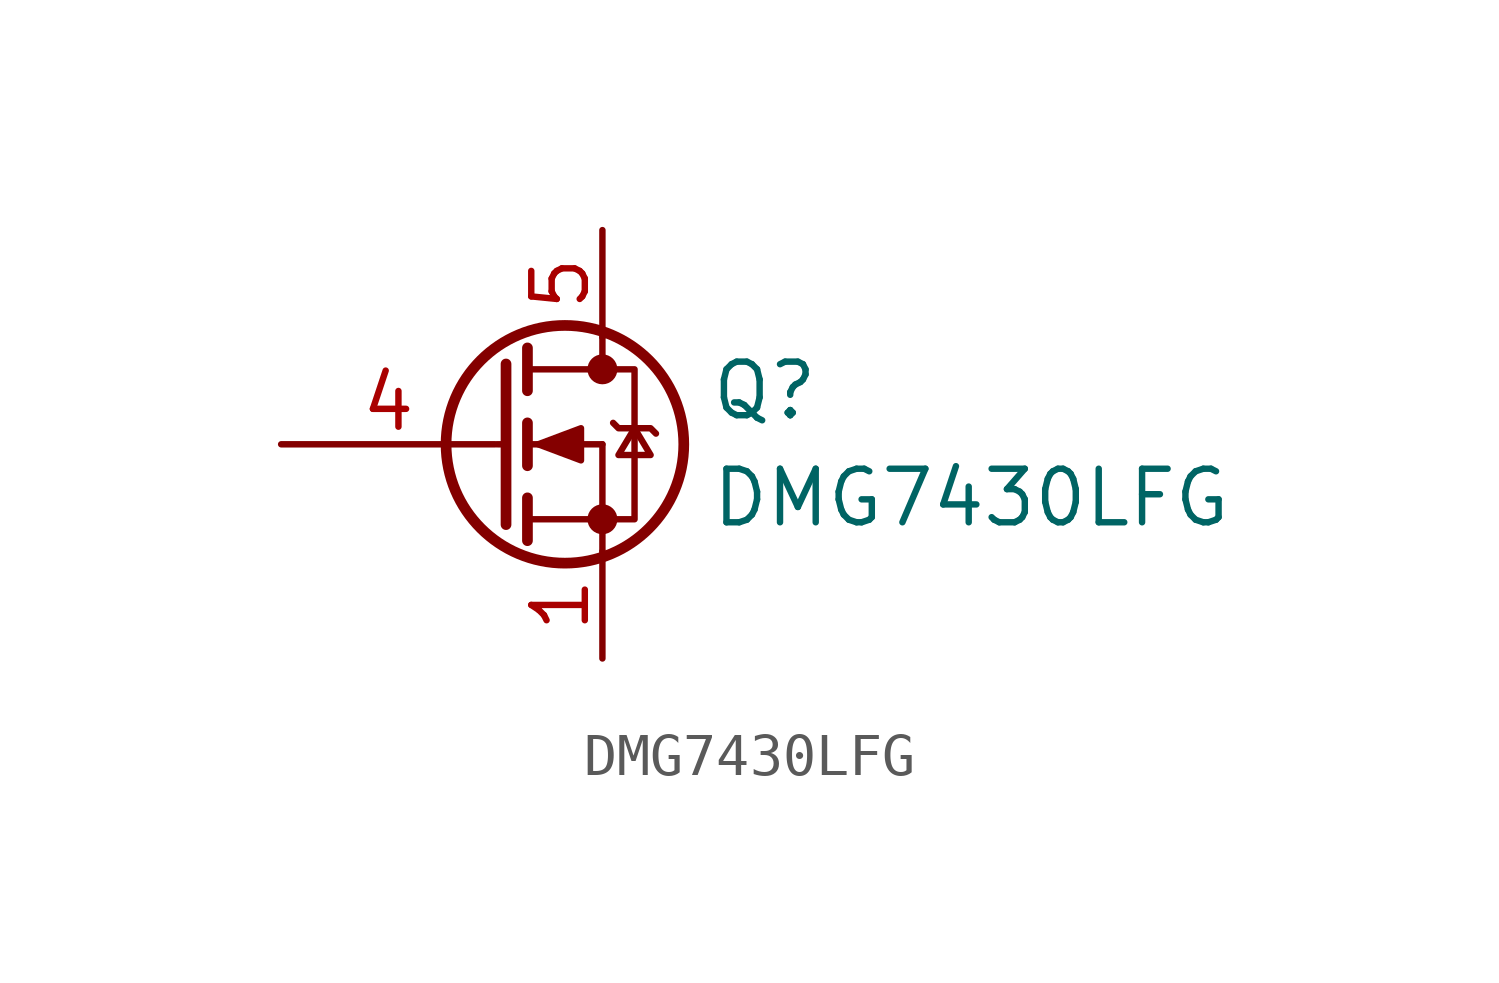
<source format=kicad_sym>
(kicad_symbol_lib
  (version 20211014)
  (generator kicad_symbol_editor)
  (symbol "DMG7430LFG"
    (pin_names
      (offset 0) hide)
    (property "Reference" "Q"
      (at 5.08 1.27 0)
      (effects (font (size 1.27 1.27)) (justify left)))
    (property "Value" "DMG7430LFG"
      (at 5.08 -1.27 0)
      (effects (font (size 1.27 1.27)) (justify left)))
    (symbol "DMG7430LFG_0_1"
      (polyline (pts (xy 0.051 0) (xy 0.254 0)) (stroke (width 0) (type default) (color 0 0 0 0)) (fill (type none)))
      (polyline (pts (xy 0.762 -1.778) (xy 2.54 -1.778)) (stroke (width 0) (type default) (color 0 0 0 0)) (fill (type none)))
      (polyline (pts (xy 0.762 -1.27) (xy 0.762 -2.286)) (stroke (width 0.254) (type default) (color 0 0 0 0)) (fill (type none)))
      (polyline (pts (xy 0.762 0) (xy 2.54 0)) (stroke (width 0) (type default) (color 0 0 0 0)) (fill (type none)))
      (polyline (pts (xy 0.762 0.508) (xy 0.762 -0.508)) (stroke (width 0.254) (type default) (color 0 0 0 0)) (fill (type none)))
      (polyline (pts (xy 0.762 1.778) (xy 2.54 1.778)) (stroke (width 0) (type default) (color 0 0 0 0)) (fill (type none)))
      (polyline (pts (xy 0.762 2.286) (xy 0.762 1.27)) (stroke (width 0.254) (type default) (color 0 0 0 0)) (fill (type none)))
      (polyline (pts (xy 2.54 -1.778) (xy 2.54 -2.54)) (stroke (width 0) (type default) (color 0 0 0 0)) (fill (type none)))
      (polyline (pts (xy 2.54 -1.778) (xy 2.54 0)) (stroke (width 0) (type default) (color 0 0 0 0)) (fill (type none)))
      (polyline (pts (xy 2.54 2.54) (xy 2.54 1.778)) (stroke (width 0) (type default) (color 0 0 0 0)) (fill (type none)))
      (polyline (pts (xy 0.254 1.905) (xy 0.254 -1.905) (xy 0.254 -1.905)) (stroke (width 0.254) (type default) (color 0 0 0 0)) (fill (type none)))
      (polyline (pts (xy 1.016 0) (xy 2.032 0.381) (xy 2.032 -0.381) (xy 1.016 0)) (stroke (width 0) (type default) (color 0 0 0 0)) (fill (type outline)))
      (polyline (pts (xy 2.54 -1.778) (xy 3.302 -1.778) (xy 3.302 1.778) (xy 2.54 1.778)) (stroke (width 0) (type default) (color 0 0 0 0)) (fill (type none)))
      (polyline (pts (xy 2.794 0.508) (xy 2.921 0.381) (xy 3.683 0.381) (xy 3.81 0.254)) (stroke (width 0) (type default) (color 0 0 0 0)) (fill (type none)))
      (polyline (pts (xy 3.302 0.381) (xy 2.921 -0.254) (xy 3.683 -0.254) (xy 3.302 0.381)) (stroke (width 0) (type default) (color 0 0 0 0)) (fill (type none)))
      (circle (center 1.651 0) (radius 2.819) (stroke (width 0.254) (type default) (color 0 0 0 0)) (fill (type none)))
      (circle (center 2.54 -1.778) (radius 0.279) (stroke (width 0) (type default) (color 0 0 0 0)) (fill (type outline)))
      (circle (center 2.54 1.778) (radius 0.279) (stroke (width 0) (type default) (color 0 0 0 0)) (fill (type outline))))
    (symbol "DMG7430LFG_1_1"
      (pin passive line (at 2.54 -5.08 90) (length 2.54) (name "S" (effects (font (size 1.27 1.27)))) (number "1" (effects (font (size 1.27 1.27)))))
      (pin input line (at -5.08 0 0) (length 5.08) (name "G" (effects (font (size 1.27 1.27)))) (number "4" (effects (font (size 1.27 1.27)))))
      (pin passive line (at 2.54 5.08 270) (length 2.54) (name "D" (effects (font (size 1.27 1.27)))) (number "5" (effects (font (size 1.27 1.27))))))))
</source>
